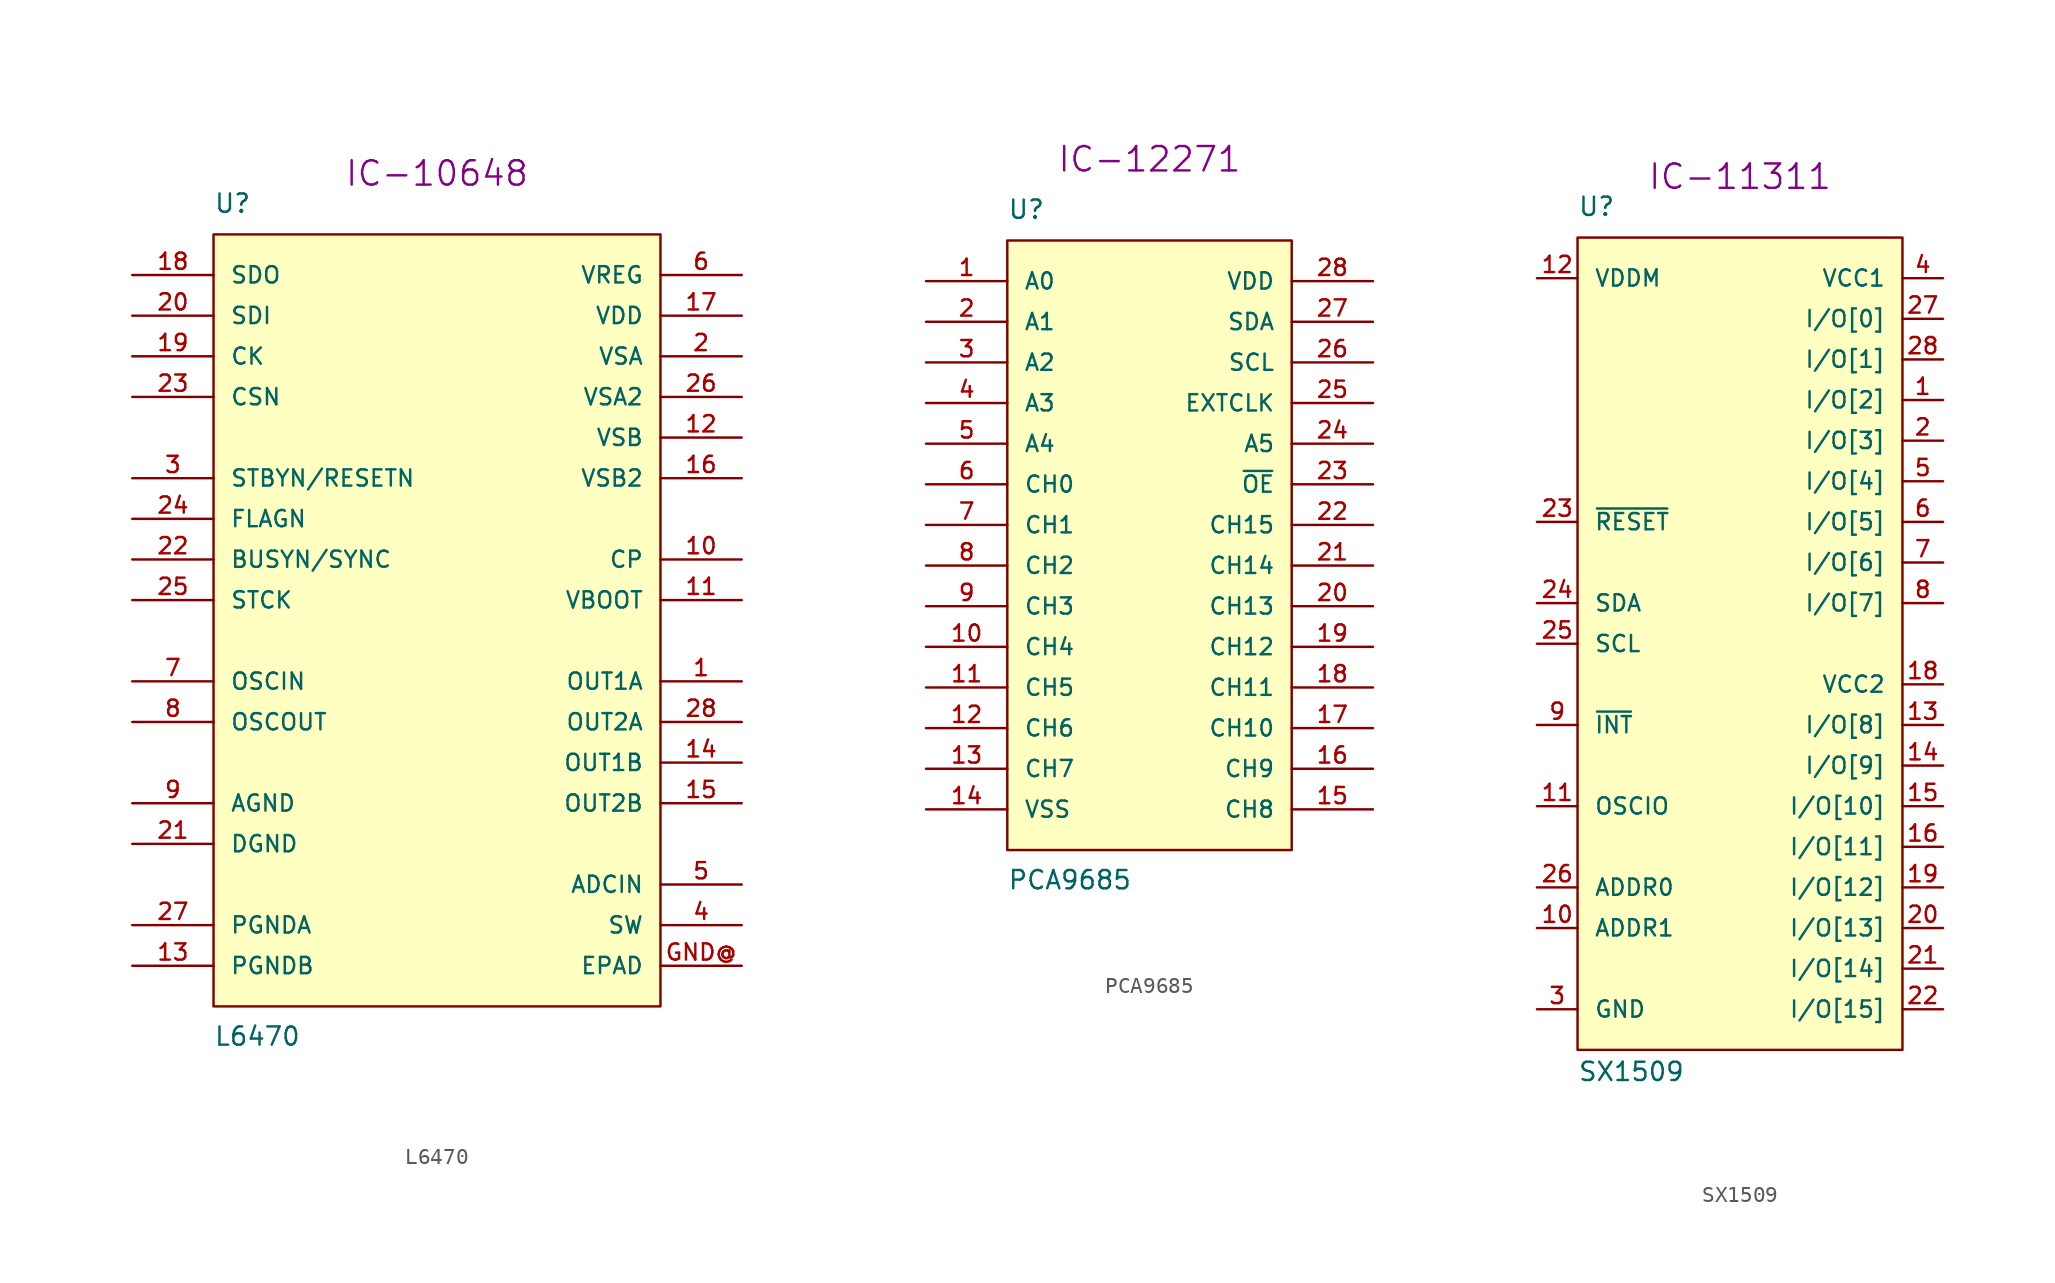
<source format=kicad_sym>
(kicad_symbol_lib
  (version 20220914)
  (generator kicad_symbol_editor)
  (symbol "L6470"
    (pin_names
      (offset 1.016))
    (property "Reference" "U"
      (at -13.97 25.4 0)
      (effects (font (size 1.143 1.143)) (justify left bottom)))
    (property "Value" "L6470"
      (at -13.97 -26.67 0)
      (effects (font (size 1.143 1.143)) (justify left bottom)))
    (property "Field4" "IC-10648"
      (at 0 27.94 0)
      (effects (font (size 1.524 1.524))))
    (property "ki_locked" ""
      (at 0 0 0)
      (effects (font (size 1.27 1.27))))
    (symbol "L6470_1_1"
      (polyline (pts (xy -13.97 24.13) (xy -13.97 -24.13) (xy 13.97 -24.13) (xy 13.97 24.13) (xy -13.97 24.13)) (stroke (width 0) (type solid)) (fill (type background)))
      (pin bidirectional line (at 19.05 -3.81 180) (length 5.08) (name "OUT1A" (effects (font (size 1.016 1.016)))) (number "1" (effects (font (size 1.016 1.016)))))
      (pin bidirectional line (at 19.05 3.81 180) (length 5.08) (name "CP" (effects (font (size 1.016 1.016)))) (number "10" (effects (font (size 1.016 1.016)))))
      (pin bidirectional line (at 19.05 1.27 180) (length 5.08) (name "VBOOT" (effects (font (size 1.016 1.016)))) (number "11" (effects (font (size 1.016 1.016)))))
      (pin bidirectional line (at 19.05 11.43 180) (length 5.08) (name "VSB" (effects (font (size 1.016 1.016)))) (number "12" (effects (font (size 1.016 1.016)))))
      (pin bidirectional line (at -19.05 -21.59 0) (length 5.08) (name "PGNDB" (effects (font (size 1.016 1.016)))) (number "13" (effects (font (size 1.016 1.016)))))
      (pin bidirectional line (at 19.05 -8.89 180) (length 5.08) (name "OUT1B" (effects (font (size 1.016 1.016)))) (number "14" (effects (font (size 1.016 1.016)))))
      (pin bidirectional line (at 19.05 -11.43 180) (length 5.08) (name "OUT2B" (effects (font (size 1.016 1.016)))) (number "15" (effects (font (size 1.016 1.016)))))
      (pin bidirectional line (at 19.05 8.89 180) (length 5.08) (name "VSB2" (effects (font (size 1.016 1.016)))) (number "16" (effects (font (size 1.016 1.016)))))
      (pin bidirectional line (at 19.05 19.05 180) (length 5.08) (name "VDD" (effects (font (size 1.016 1.016)))) (number "17" (effects (font (size 1.016 1.016)))))
      (pin bidirectional line (at -19.05 21.59 0) (length 5.08) (name "SDO" (effects (font (size 1.016 1.016)))) (number "18" (effects (font (size 1.016 1.016)))))
      (pin bidirectional line (at -19.05 16.51 0) (length 5.08) (name "CK" (effects (font (size 1.016 1.016)))) (number "19" (effects (font (size 1.016 1.016)))))
      (pin bidirectional line (at 19.05 16.51 180) (length 5.08) (name "VSA" (effects (font (size 1.016 1.016)))) (number "2" (effects (font (size 1.016 1.016)))))
      (pin bidirectional line (at -19.05 19.05 0) (length 5.08) (name "SDI" (effects (font (size 1.016 1.016)))) (number "20" (effects (font (size 1.016 1.016)))))
      (pin bidirectional line (at -19.05 -13.97 0) (length 5.08) (name "DGND" (effects (font (size 1.016 1.016)))) (number "21" (effects (font (size 1.016 1.016)))))
      (pin bidirectional line (at -19.05 3.81 0) (length 5.08) (name "BUSYN/SYNC" (effects (font (size 1.016 1.016)))) (number "22" (effects (font (size 1.016 1.016)))))
      (pin bidirectional line (at -19.05 13.97 0) (length 5.08) (name "CSN" (effects (font (size 1.016 1.016)))) (number "23" (effects (font (size 1.016 1.016)))))
      (pin bidirectional line (at -19.05 6.35 0) (length 5.08) (name "FLAGN" (effects (font (size 1.016 1.016)))) (number "24" (effects (font (size 1.016 1.016)))))
      (pin bidirectional line (at -19.05 1.27 0) (length 5.08) (name "STCK" (effects (font (size 1.016 1.016)))) (number "25" (effects (font (size 1.016 1.016)))))
      (pin bidirectional line (at 19.05 13.97 180) (length 5.08) (name "VSA2" (effects (font (size 1.016 1.016)))) (number "26" (effects (font (size 1.016 1.016)))))
      (pin bidirectional line (at -19.05 -19.05 0) (length 5.08) (name "PGNDA" (effects (font (size 1.016 1.016)))) (number "27" (effects (font (size 1.016 1.016)))))
      (pin bidirectional line (at 19.05 -6.35 180) (length 5.08) (name "OUT2A" (effects (font (size 1.016 1.016)))) (number "28" (effects (font (size 1.016 1.016)))))
      (pin bidirectional line (at -19.05 8.89 0) (length 5.08) (name "STBYN/RESETN" (effects (font (size 1.016 1.016)))) (number "3" (effects (font (size 1.016 1.016)))))
      (pin bidirectional line (at 19.05 -19.05 180) (length 5.08) (name "SW" (effects (font (size 1.016 1.016)))) (number "4" (effects (font (size 1.016 1.016)))))
      (pin bidirectional line (at 19.05 -16.51 180) (length 5.08) (name "ADCIN" (effects (font (size 1.016 1.016)))) (number "5" (effects (font (size 1.016 1.016)))))
      (pin bidirectional line (at 19.05 21.59 180) (length 5.08) (name "VREG" (effects (font (size 1.016 1.016)))) (number "6" (effects (font (size 1.016 1.016)))))
      (pin bidirectional line (at -19.05 -3.81 0) (length 5.08) (name "OSCIN" (effects (font (size 1.016 1.016)))) (number "7" (effects (font (size 1.016 1.016)))))
      (pin bidirectional line (at -19.05 -6.35 0) (length 5.08) (name "OSCOUT" (effects (font (size 1.016 1.016)))) (number "8" (effects (font (size 1.016 1.016)))))
      (pin bidirectional line (at -19.05 -11.43 0) (length 5.08) (name "AGND" (effects (font (size 1.016 1.016)))) (number "9" (effects (font (size 1.016 1.016)))))
      (pin bidirectional line (at 19.05 -21.59 180) (length 5.08) (name "EPAD" (effects (font (size 1.016 1.016)))) (number "GND@" (effects (font (size 1.016 1.016)))))))
  (symbol "PCA9685"
    (pin_names
      (offset 1.016))
    (property "Reference" "U"
      (at -8.89 20.32 0)
      (effects (font (size 1.143 1.143)) (justify left bottom)))
    (property "Value" "PCA9685"
      (at -8.89 -21.59 0)
      (effects (font (size 1.143 1.143)) (justify left bottom)))
    (property "Field4" "IC-12271"
      (at 0 24.13 0)
      (effects (font (size 1.524 1.524))))
    (property "ki_locked" ""
      (at 0 0 0)
      (effects (font (size 1.27 1.27))))
    (symbol "PCA9685_1_1"
      (polyline (pts (xy -8.89 19.05) (xy -8.89 -19.05) (xy 8.89 -19.05) (xy 8.89 19.05) (xy -8.89 19.05)) (stroke (width 0) (type solid)) (fill (type background)))
      (pin bidirectional line (at -13.97 16.51 0) (length 5.08) (name "A0" (effects (font (size 1.016 1.016)))) (number "1" (effects (font (size 1.016 1.016)))))
      (pin bidirectional line (at -13.97 -6.35 0) (length 5.08) (name "CH4" (effects (font (size 1.016 1.016)))) (number "10" (effects (font (size 1.016 1.016)))))
      (pin bidirectional line (at -13.97 -8.89 0) (length 5.08) (name "CH5" (effects (font (size 1.016 1.016)))) (number "11" (effects (font (size 1.016 1.016)))))
      (pin bidirectional line (at -13.97 -11.43 0) (length 5.08) (name "CH6" (effects (font (size 1.016 1.016)))) (number "12" (effects (font (size 1.016 1.016)))))
      (pin bidirectional line (at -13.97 -13.97 0) (length 5.08) (name "CH7" (effects (font (size 1.016 1.016)))) (number "13" (effects (font (size 1.016 1.016)))))
      (pin bidirectional line (at -13.97 -16.51 0) (length 5.08) (name "VSS" (effects (font (size 1.016 1.016)))) (number "14" (effects (font (size 1.016 1.016)))))
      (pin bidirectional line (at 13.97 -16.51 180) (length 5.08) (name "CH8" (effects (font (size 1.016 1.016)))) (number "15" (effects (font (size 1.016 1.016)))))
      (pin bidirectional line (at 13.97 -13.97 180) (length 5.08) (name "CH9" (effects (font (size 1.016 1.016)))) (number "16" (effects (font (size 1.016 1.016)))))
      (pin bidirectional line (at 13.97 -11.43 180) (length 5.08) (name "CH10" (effects (font (size 1.016 1.016)))) (number "17" (effects (font (size 1.016 1.016)))))
      (pin bidirectional line (at 13.97 -8.89 180) (length 5.08) (name "CH11" (effects (font (size 1.016 1.016)))) (number "18" (effects (font (size 1.016 1.016)))))
      (pin bidirectional line (at 13.97 -6.35 180) (length 5.08) (name "CH12" (effects (font (size 1.016 1.016)))) (number "19" (effects (font (size 1.016 1.016)))))
      (pin bidirectional line (at -13.97 13.97 0) (length 5.08) (name "A1" (effects (font (size 1.016 1.016)))) (number "2" (effects (font (size 1.016 1.016)))))
      (pin bidirectional line (at 13.97 -3.81 180) (length 5.08) (name "CH13" (effects (font (size 1.016 1.016)))) (number "20" (effects (font (size 1.016 1.016)))))
      (pin bidirectional line (at 13.97 -1.27 180) (length 5.08) (name "CH14" (effects (font (size 1.016 1.016)))) (number "21" (effects (font (size 1.016 1.016)))))
      (pin bidirectional line (at 13.97 1.27 180) (length 5.08) (name "CH15" (effects (font (size 1.016 1.016)))) (number "22" (effects (font (size 1.016 1.016)))))
      (pin bidirectional line (at 13.97 3.81 180) (length 5.08) (name "~{OE}" (effects (font (size 1.016 1.016)))) (number "23" (effects (font (size 1.016 1.016)))))
      (pin bidirectional line (at 13.97 6.35 180) (length 5.08) (name "A5" (effects (font (size 1.016 1.016)))) (number "24" (effects (font (size 1.016 1.016)))))
      (pin bidirectional line (at 13.97 8.89 180) (length 5.08) (name "EXTCLK" (effects (font (size 1.016 1.016)))) (number "25" (effects (font (size 1.016 1.016)))))
      (pin bidirectional line (at 13.97 11.43 180) (length 5.08) (name "SCL" (effects (font (size 1.016 1.016)))) (number "26" (effects (font (size 1.016 1.016)))))
      (pin bidirectional line (at 13.97 13.97 180) (length 5.08) (name "SDA" (effects (font (size 1.016 1.016)))) (number "27" (effects (font (size 1.016 1.016)))))
      (pin bidirectional line (at 13.97 16.51 180) (length 5.08) (name "VDD" (effects (font (size 1.016 1.016)))) (number "28" (effects (font (size 1.016 1.016)))))
      (pin bidirectional line (at -13.97 11.43 0) (length 5.08) (name "A2" (effects (font (size 1.016 1.016)))) (number "3" (effects (font (size 1.016 1.016)))))
      (pin bidirectional line (at -13.97 8.89 0) (length 5.08) (name "A3" (effects (font (size 1.016 1.016)))) (number "4" (effects (font (size 1.016 1.016)))))
      (pin bidirectional line (at -13.97 6.35 0) (length 5.08) (name "A4" (effects (font (size 1.016 1.016)))) (number "5" (effects (font (size 1.016 1.016)))))
      (pin bidirectional line (at -13.97 3.81 0) (length 5.08) (name "CH0" (effects (font (size 1.016 1.016)))) (number "6" (effects (font (size 1.016 1.016)))))
      (pin bidirectional line (at -13.97 1.27 0) (length 5.08) (name "CH1" (effects (font (size 1.016 1.016)))) (number "7" (effects (font (size 1.016 1.016)))))
      (pin bidirectional line (at -13.97 -1.27 0) (length 5.08) (name "CH2" (effects (font (size 1.016 1.016)))) (number "8" (effects (font (size 1.016 1.016)))))
      (pin bidirectional line (at -13.97 -3.81 0) (length 5.08) (name "CH3" (effects (font (size 1.016 1.016)))) (number "9" (effects (font (size 1.016 1.016)))))))
  (symbol "SX1509"
    (pin_names
      (offset 1.016))
    (property "Reference" "U"
      (at -10.16 26.67 0)
      (effects (font (size 1.143 1.143)) (justify left bottom)))
    (property "Value" "SX1509"
      (at -10.16 -27.432 0)
      (effects (font (size 1.143 1.143)) (justify left bottom)))
    (property "Field4" "IC-11311"
      (at 0 29.21 0)
      (effects (font (size 1.524 1.524))))
    (property "ki_locked" ""
      (at 0 0 0)
      (effects (font (size 1.27 1.27))))
    (symbol "SX1509_1_1"
      (polyline (pts (xy -10.16 25.4) (xy 10.16 25.4) (xy 10.16 -25.4) (xy -10.16 -25.4) (xy -10.16 25.4)) (stroke (width 0) (type solid)) (fill (type background)))
      (pin bidirectional line (at 12.7 15.24 180) (length 2.54) (name "I/O[2]" (effects (font (size 1.016 1.016)))) (number "1" (effects (font (size 1.016 1.016)))))
      (pin bidirectional line (at -12.7 -17.78 0) (length 2.54) (name "ADDR1" (effects (font (size 1.016 1.016)))) (number "10" (effects (font (size 1.016 1.016)))))
      (pin bidirectional line (at -12.7 -10.16 0) (length 2.54) (name "OSCIO" (effects (font (size 1.016 1.016)))) (number "11" (effects (font (size 1.016 1.016)))))
      (pin bidirectional line (at -12.7 22.86 0) (length 2.54) (name "VDDM" (effects (font (size 1.016 1.016)))) (number "12" (effects (font (size 1.016 1.016)))))
      (pin bidirectional line (at 12.7 -5.08 180) (length 2.54) (name "I/O[8]" (effects (font (size 1.016 1.016)))) (number "13" (effects (font (size 1.016 1.016)))))
      (pin bidirectional line (at 12.7 -7.62 180) (length 2.54) (name "I/O[9]" (effects (font (size 1.016 1.016)))) (number "14" (effects (font (size 1.016 1.016)))))
      (pin bidirectional line (at 12.7 -10.16 180) (length 2.54) (name "I/O[10]" (effects (font (size 1.016 1.016)))) (number "15" (effects (font (size 1.016 1.016)))))
      (pin bidirectional line (at 12.7 -12.7 180) (length 2.54) (name "I/O[11]" (effects (font (size 1.016 1.016)))) (number "16" (effects (font (size 1.016 1.016)))))
      (pin bidirectional line (at -12.7 -22.86 0) (length 2.54) hide (name "GND" (effects (font (size 1.016 1.016)))) (number "17" (effects (font (size 1.016 1.016)))))
      (pin bidirectional line (at 12.7 -2.54 180) (length 2.54) (name "VCC2" (effects (font (size 1.016 1.016)))) (number "18" (effects (font (size 1.016 1.016)))))
      (pin bidirectional line (at 12.7 -15.24 180) (length 2.54) (name "I/O[12]" (effects (font (size 1.016 1.016)))) (number "19" (effects (font (size 1.016 1.016)))))
      (pin bidirectional line (at 12.7 12.7 180) (length 2.54) (name "I/O[3]" (effects (font (size 1.016 1.016)))) (number "2" (effects (font (size 1.016 1.016)))))
      (pin bidirectional line (at 12.7 -17.78 180) (length 2.54) (name "I/O[13]" (effects (font (size 1.016 1.016)))) (number "20" (effects (font (size 1.016 1.016)))))
      (pin bidirectional line (at 12.7 -20.32 180) (length 2.54) (name "I/O[14]" (effects (font (size 1.016 1.016)))) (number "21" (effects (font (size 1.016 1.016)))))
      (pin bidirectional line (at 12.7 -22.86 180) (length 2.54) (name "I/O[15]" (effects (font (size 1.016 1.016)))) (number "22" (effects (font (size 1.016 1.016)))))
      (pin bidirectional line (at -12.7 7.62 0) (length 2.54) (name "~{RESET}" (effects (font (size 1.016 1.016)))) (number "23" (effects (font (size 1.016 1.016)))))
      (pin bidirectional line (at -12.7 2.54 0) (length 2.54) (name "SDA" (effects (font (size 1.016 1.016)))) (number "24" (effects (font (size 1.016 1.016)))))
      (pin bidirectional line (at -12.7 0 0) (length 2.54) (name "SCL" (effects (font (size 1.016 1.016)))) (number "25" (effects (font (size 1.016 1.016)))))
      (pin bidirectional line (at -12.7 -15.24 0) (length 2.54) (name "ADDR0" (effects (font (size 1.016 1.016)))) (number "26" (effects (font (size 1.016 1.016)))))
      (pin bidirectional line (at 12.7 20.32 180) (length 2.54) (name "I/O[0]" (effects (font (size 1.016 1.016)))) (number "27" (effects (font (size 1.016 1.016)))))
      (pin bidirectional line (at 12.7 17.78 180) (length 2.54) (name "I/O[1]" (effects (font (size 1.016 1.016)))) (number "28" (effects (font (size 1.016 1.016)))))
      (pin bidirectional line (at -12.7 -22.86 0) (length 2.54) hide (name "GND" (effects (font (size 1.016 1.016)))) (number "29" (effects (font (size 1.016 1.016)))))
      (pin bidirectional line (at -12.7 -22.86 0) (length 2.54) (name "GND" (effects (font (size 1.016 1.016)))) (number "3" (effects (font (size 1.016 1.016)))))
      (pin bidirectional line (at 12.7 22.86 180) (length 2.54) (name "VCC1" (effects (font (size 1.016 1.016)))) (number "4" (effects (font (size 1.016 1.016)))))
      (pin bidirectional line (at 12.7 10.16 180) (length 2.54) (name "I/O[4]" (effects (font (size 1.016 1.016)))) (number "5" (effects (font (size 1.016 1.016)))))
      (pin bidirectional line (at 12.7 7.62 180) (length 2.54) (name "I/O[5]" (effects (font (size 1.016 1.016)))) (number "6" (effects (font (size 1.016 1.016)))))
      (pin bidirectional line (at 12.7 5.08 180) (length 2.54) (name "I/O[6]" (effects (font (size 1.016 1.016)))) (number "7" (effects (font (size 1.016 1.016)))))
      (pin bidirectional line (at 12.7 2.54 180) (length 2.54) (name "I/O[7]" (effects (font (size 1.016 1.016)))) (number "8" (effects (font (size 1.016 1.016)))))
      (pin bidirectional line (at -12.7 -5.08 0) (length 2.54) (name "~{INT}" (effects (font (size 1.016 1.016)))) (number "9" (effects (font (size 1.016 1.016))))))))
</source>
